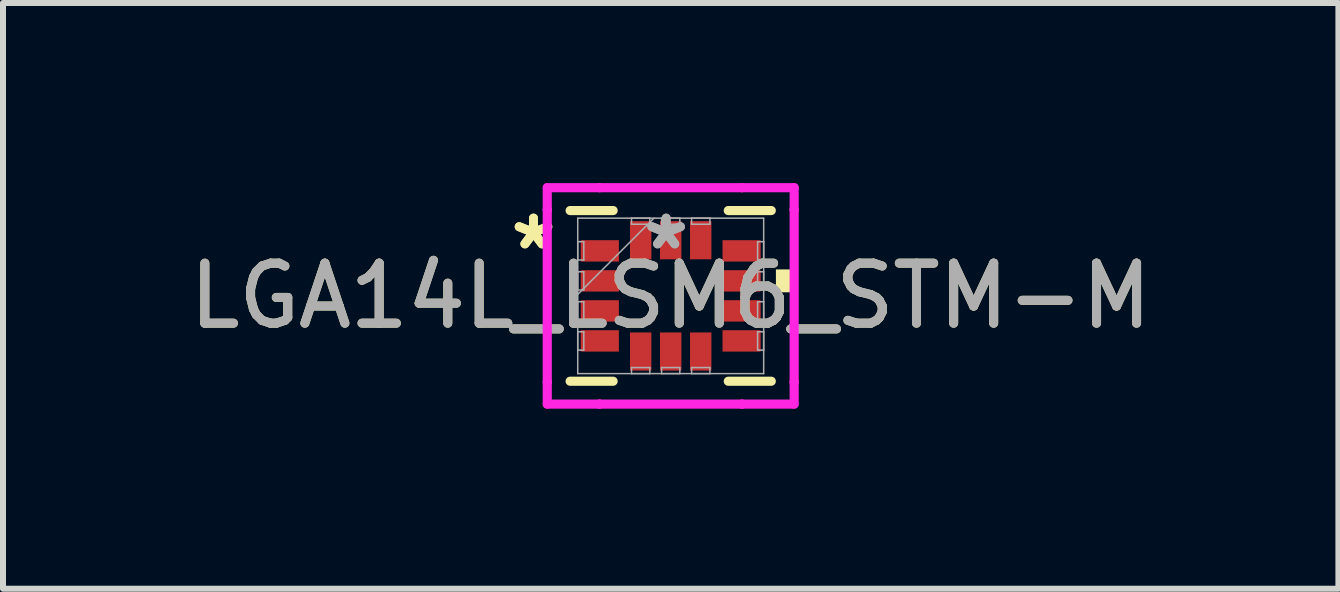
<source format=kicad_pcb>
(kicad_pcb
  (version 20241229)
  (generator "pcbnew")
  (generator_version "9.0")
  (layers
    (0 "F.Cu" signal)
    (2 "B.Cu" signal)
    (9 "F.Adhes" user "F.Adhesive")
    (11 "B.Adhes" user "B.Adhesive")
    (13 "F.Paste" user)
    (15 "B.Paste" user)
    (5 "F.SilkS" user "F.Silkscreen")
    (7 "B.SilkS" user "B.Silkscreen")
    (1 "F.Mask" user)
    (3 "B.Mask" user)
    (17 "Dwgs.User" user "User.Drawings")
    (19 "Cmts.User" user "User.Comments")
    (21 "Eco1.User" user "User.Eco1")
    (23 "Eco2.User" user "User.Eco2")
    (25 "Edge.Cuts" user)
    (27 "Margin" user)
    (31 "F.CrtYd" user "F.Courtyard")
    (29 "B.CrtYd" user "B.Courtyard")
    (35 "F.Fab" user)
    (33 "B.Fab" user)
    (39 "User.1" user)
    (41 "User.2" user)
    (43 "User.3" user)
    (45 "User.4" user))
  (footprint "LGA14L_LSM6_STM-M"
    (layer "F.Cu")
    (at 8.125 1.88)
    (property "Reference" "LGA14L_LSM6_STM-M" (at 0 0 0) (unlocked yes) (layer "F.SilkS") (effects (font (size 1 1) (thickness 0.15))))
    (attr smd)
    (fp_line (start -1.676 1.422) (end -0.959 1.422) (stroke (width 0.152) (type solid)) (layer "F.SilkS"))
    (fp_line (start -0.959 -1.422) (end -1.676 -1.422) (stroke (width 0.152) (type solid)) (layer "F.SilkS"))
    (fp_line (start 0.959 1.422) (end 1.676 1.422) (stroke (width 0.152) (type solid)) (layer "F.SilkS"))
    (fp_line (start 1.676 -1.422) (end 0.959 -1.422) (stroke (width 0.152) (type solid)) (layer "F.SilkS"))
    (fp_poly (pts (xy 2.007 -0.441) (xy 2.007 -0.06) (xy 1.753 -0.06) (xy 1.753 -0.441)) (stroke (width 0) (type solid)) (fill yes) (layer "F.SilkS"))
    (fp_line (start -2.057 -1.803) (end -1.186 -1.803) (stroke (width 0.152) (type solid)) (layer "F.CrtYd"))
    (fp_line (start -2.057 -1.436) (end -2.057 -1.803) (stroke (width 0.152) (type solid)) (layer "F.CrtYd"))
    (fp_line (start -2.057 -1.436) (end -2.057 -1.436) (stroke (width 0.152) (type solid)) (layer "F.CrtYd"))
    (fp_line (start -2.057 1.436) (end -2.057 -1.436) (stroke (width 0.152) (type solid)) (layer "F.CrtYd"))
    (fp_line (start -2.057 1.436) (end -2.057 1.436) (stroke (width 0.152) (type solid)) (layer "F.CrtYd"))
    (fp_line (start -2.057 1.803) (end -2.057 1.436) (stroke (width 0.152) (type solid)) (layer "F.CrtYd"))
    (fp_line (start -1.186 -1.803) (end -1.186 -1.803) (stroke (width 0.152) (type solid)) (layer "F.CrtYd"))
    (fp_line (start -1.186 -1.803) (end 1.186 -1.803) (stroke (width 0.152) (type solid)) (layer "F.CrtYd"))
    (fp_line (start -1.186 1.803) (end -2.057 1.803) (stroke (width 0.152) (type solid)) (layer "F.CrtYd"))
    (fp_line (start -1.186 1.803) (end -1.186 1.803) (stroke (width 0.152) (type solid)) (layer "F.CrtYd"))
    (fp_line (start 1.186 -1.803) (end 1.186 -1.803) (stroke (width 0.152) (type solid)) (layer "F.CrtYd"))
    (fp_line (start 1.186 -1.803) (end 2.057 -1.803) (stroke (width 0.152) (type solid)) (layer "F.CrtYd"))
    (fp_line (start 1.186 1.803) (end -1.186 1.803) (stroke (width 0.152) (type solid)) (layer "F.CrtYd"))
    (fp_line (start 1.186 1.803) (end 1.186 1.803) (stroke (width 0.152) (type solid)) (layer "F.CrtYd"))
    (fp_line (start 2.057 -1.803) (end 2.057 -1.436) (stroke (width 0.152) (type solid)) (layer "F.CrtYd"))
    (fp_line (start 2.057 -1.436) (end 2.057 -1.436) (stroke (width 0.152) (type solid)) (layer "F.CrtYd"))
    (fp_line (start 2.057 -1.436) (end 2.057 1.436) (stroke (width 0.152) (type solid)) (layer "F.CrtYd"))
    (fp_line (start 2.057 1.436) (end 2.057 1.436) (stroke (width 0.152) (type solid)) (layer "F.CrtYd"))
    (fp_line (start 2.057 1.436) (end 2.057 1.803) (stroke (width 0.152) (type solid)) (layer "F.CrtYd"))
    (fp_line (start 2.057 1.803) (end 1.186 1.803) (stroke (width 0.152) (type solid)) (layer "F.CrtYd"))
    (fp_line (start -1.549 -1.295) (end -1.549 1.295) (stroke (width 0.025) (type solid)) (layer "F.Fab"))
    (fp_line (start -1.549 -0.903) (end -1.448 -0.903) (stroke (width 0.025) (type solid)) (layer "F.Fab"))
    (fp_line (start -1.549 -0.598) (end -1.549 -0.903) (stroke (width 0.025) (type solid)) (layer "F.Fab"))
    (fp_line (start -1.549 -0.402) (end -1.448 -0.402) (stroke (width 0.025) (type solid)) (layer "F.Fab"))
    (fp_line (start -1.549 -0.098) (end -1.549 -0.402) (stroke (width 0.025) (type solid)) (layer "F.Fab"))
    (fp_line (start -1.549 -0.025) (end -0.279 -1.295) (stroke (width 0.025) (type solid)) (layer "F.Fab"))
    (fp_line (start -1.549 0.098) (end -1.448 0.098) (stroke (width 0.025) (type solid)) (layer "F.Fab"))
    (fp_line (start -1.549 0.402) (end -1.549 0.098) (stroke (width 0.025) (type solid)) (layer "F.Fab"))
    (fp_line (start -1.549 0.598) (end -1.448 0.598) (stroke (width 0.025) (type solid)) (layer "F.Fab"))
    (fp_line (start -1.549 0.903) (end -1.549 0.598) (stroke (width 0.025) (type solid)) (layer "F.Fab"))
    (fp_line (start -1.549 1.295) (end 1.549 1.295) (stroke (width 0.025) (type solid)) (layer "F.Fab"))
    (fp_line (start -1.448 -0.903) (end -1.448 -0.598) (stroke (width 0.025) (type solid)) (layer "F.Fab"))
    (fp_line (start -1.448 -0.598) (end -1.549 -0.598) (stroke (width 0.025) (type solid)) (layer "F.Fab"))
    (fp_line (start -1.448 -0.402) (end -1.448 -0.098) (stroke (width 0.025) (type solid)) (layer "F.Fab"))
    (fp_line (start -1.448 -0.098) (end -1.549 -0.098) (stroke (width 0.025) (type solid)) (layer "F.Fab"))
    (fp_line (start -1.448 0.098) (end -1.448 0.402) (stroke (width 0.025) (type solid)) (layer "F.Fab"))
    (fp_line (start -1.448 0.402) (end -1.549 0.402) (stroke (width 0.025) (type solid)) (layer "F.Fab"))
    (fp_line (start -1.448 0.598) (end -1.448 0.903) (stroke (width 0.025) (type solid)) (layer "F.Fab"))
    (fp_line (start -1.448 0.903) (end -1.549 0.903) (stroke (width 0.025) (type solid)) (layer "F.Fab"))
    (fp_line (start -0.653 -1.295) (end -0.348 -1.295) (stroke (width 0.025) (type solid)) (layer "F.Fab"))
    (fp_line (start -0.653 -1.194) (end -0.653 -1.295) (stroke (width 0.025) (type solid)) (layer "F.Fab"))
    (fp_line (start -0.653 1.194) (end -0.348 1.194) (stroke (width 0.025) (type solid)) (layer "F.Fab"))
    (fp_line (start -0.653 1.295) (end -0.653 1.194) (stroke (width 0.025) (type solid)) (layer "F.Fab"))
    (fp_line (start -0.348 -1.295) (end -0.348 -1.194) (stroke (width 0.025) (type solid)) (layer "F.Fab"))
    (fp_line (start -0.348 -1.194) (end -0.653 -1.194) (stroke (width 0.025) (type solid)) (layer "F.Fab"))
    (fp_line (start -0.348 1.194) (end -0.348 1.295) (stroke (width 0.025) (type solid)) (layer "F.Fab"))
    (fp_line (start -0.348 1.295) (end -0.653 1.295) (stroke (width 0.025) (type solid)) (layer "F.Fab"))
    (fp_line (start -0.152 -1.295) (end 0.152 -1.295) (stroke (width 0.025) (type solid)) (layer "F.Fab"))
    (fp_line (start -0.152 -1.194) (end -0.152 -1.295) (stroke (width 0.025) (type solid)) (layer "F.Fab"))
    (fp_line (start -0.152 1.194) (end 0.152 1.194) (stroke (width 0.025) (type solid)) (layer "F.Fab"))
    (fp_line (start -0.152 1.295) (end -0.152 1.194) (stroke (width 0.025) (type solid)) (layer "F.Fab"))
    (fp_line (start 0.152 -1.295) (end 0.152 -1.194) (stroke (width 0.025) (type solid)) (layer "F.Fab"))
    (fp_line (start 0.152 -1.194) (end -0.152 -1.194) (stroke (width 0.025) (type solid)) (layer "F.Fab"))
    (fp_line (start 0.152 1.194) (end 0.152 1.295) (stroke (width 0.025) (type solid)) (layer "F.Fab"))
    (fp_line (start 0.152 1.295) (end -0.152 1.295) (stroke (width 0.025) (type solid)) (layer "F.Fab"))
    (fp_line (start 0.348 -1.295) (end 0.653 -1.295) (stroke (width 0.025) (type solid)) (layer "F.Fab"))
    (fp_line (start 0.348 -1.194) (end 0.348 -1.295) (stroke (width 0.025) (type solid)) (layer "F.Fab"))
    (fp_line (start 0.348 1.194) (end 0.653 1.194) (stroke (width 0.025) (type solid)) (layer "F.Fab"))
    (fp_line (start 0.348 1.295) (end 0.348 1.194) (stroke (width 0.025) (type solid)) (layer "F.Fab"))
    (fp_line (start 0.653 -1.295) (end 0.653 -1.194) (stroke (width 0.025) (type solid)) (layer "F.Fab"))
    (fp_line (start 0.653 -1.194) (end 0.348 -1.194) (stroke (width 0.025) (type solid)) (layer "F.Fab"))
    (fp_line (start 0.653 1.194) (end 0.653 1.295) (stroke (width 0.025) (type solid)) (layer "F.Fab"))
    (fp_line (start 0.653 1.295) (end 0.348 1.295) (stroke (width 0.025) (type solid)) (layer "F.Fab"))
    (fp_line (start 1.448 -0.903) (end 1.549 -0.903) (stroke (width 0.025) (type solid)) (layer "F.Fab"))
    (fp_line (start 1.448 -0.598) (end 1.448 -0.903) (stroke (width 0.025) (type solid)) (layer "F.Fab"))
    (fp_line (start 1.448 -0.402) (end 1.549 -0.402) (stroke (width 0.025) (type solid)) (layer "F.Fab"))
    (fp_line (start 1.448 -0.098) (end 1.448 -0.402) (stroke (width 0.025) (type solid)) (layer "F.Fab"))
    (fp_line (start 1.448 0.098) (end 1.549 0.098) (stroke (width 0.025) (type solid)) (layer "F.Fab"))
    (fp_line (start 1.448 0.402) (end 1.448 0.098) (stroke (width 0.025) (type solid)) (layer "F.Fab"))
    (fp_line (start 1.448 0.598) (end 1.549 0.598) (stroke (width 0.025) (type solid)) (layer "F.Fab"))
    (fp_line (start 1.448 0.903) (end 1.448 0.598) (stroke (width 0.025) (type solid)) (layer "F.Fab"))
    (fp_line (start 1.549 -1.295) (end -1.549 -1.295) (stroke (width 0.025) (type solid)) (layer "F.Fab"))
    (fp_line (start 1.549 -0.903) (end 1.549 -0.598) (stroke (width 0.025) (type solid)) (layer "F.Fab"))
    (fp_line (start 1.549 -0.598) (end 1.448 -0.598) (stroke (width 0.025) (type solid)) (layer "F.Fab"))
    (fp_line (start 1.549 -0.402) (end 1.549 -0.098) (stroke (width 0.025) (type solid)) (layer "F.Fab"))
    (fp_line (start 1.549 -0.098) (end 1.448 -0.098) (stroke (width 0.025) (type solid)) (layer "F.Fab"))
    (fp_line (start 1.549 0.098) (end 1.549 0.402) (stroke (width 0.025) (type solid)) (layer "F.Fab"))
    (fp_line (start 1.549 0.402) (end 1.448 0.402) (stroke (width 0.025) (type solid)) (layer "F.Fab"))
    (fp_line (start 1.549 0.598) (end 1.549 0.903) (stroke (width 0.025) (type solid)) (layer "F.Fab"))
    (fp_line (start 1.549 0.903) (end 1.448 0.903) (stroke (width 0.025) (type solid)) (layer "F.Fab"))
    (fp_line (start 1.549 1.295) (end 1.549 -1.295) (stroke (width 0.025) (type solid)) (layer "F.Fab"))
    (fp_text user "*" (at -2.286 -0.75 0) (unlocked yes) (layer "F.SilkS") (effects (font (size 1 1) (thickness 0.15))))
    (fp_text user "*" (at -2.286 -0.75 0) (layer "F.SilkS") (effects (font (size 1 1) (thickness 0.15))))
    (fp_text user "*" (at -0.076 -0.75 0) (unlocked yes) (layer "F.Fab") (effects (font (size 1 1) (thickness 0.15))))
    (fp_text user "*" (at -0.076 -0.75 0) (layer "F.Fab") (effects (font (size 1 1) (thickness 0.15))))
    (fp_text user "${REFERENCE}" (at 0 0 0) (unlocked yes) (layer "F.Fab") (effects (font (size 1 1) (thickness 0.15))))
    (pad "1" smd rect (at -1.181 -0.75 90) (size 0.356 0.635) (layers "F.Cu" "F.Mask" "F.Paste"))
    (pad "2" smd rect (at -1.181 -0.25 90) (size 0.356 0.635) (layers "F.Cu" "F.Mask" "F.Paste"))
    (pad "3" smd rect (at -1.181 0.25 90) (size 0.356 0.635) (layers "F.Cu" "F.Mask" "F.Paste"))
    (pad "4" smd rect (at -1.181 0.75 90) (size 0.356 0.635) (layers "F.Cu" "F.Mask" "F.Paste"))
    (pad "5" smd rect (at -0.5 0.927) (size 0.356 0.635) (layers "F.Cu" "F.Mask" "F.Paste"))
    (pad "6" smd rect (at 0 0.927) (size 0.356 0.635) (layers "F.Cu" "F.Mask" "F.Paste"))
    (pad "7" smd rect (at 0.5 0.927) (size 0.356 0.635) (layers "F.Cu" "F.Mask" "F.Paste"))
    (pad "8" smd rect (at 1.181 0.75 90) (size 0.356 0.635) (layers "F.Cu" "F.Mask" "F.Paste"))
    (pad "9" smd rect (at 1.181 0.25 90) (size 0.356 0.635) (layers "F.Cu" "F.Mask" "F.Paste"))
    (pad "10" smd rect (at 1.181 -0.25 90) (size 0.356 0.635) (layers "F.Cu" "F.Mask" "F.Paste"))
    (pad "11" smd rect (at 1.181 -0.75 90) (size 0.356 0.635) (layers "F.Cu" "F.Mask" "F.Paste"))
    (pad "12" smd rect (at 0.5 -0.927) (size 0.356 0.635) (layers "F.Cu" "F.Mask" "F.Paste"))
    (pad "13" smd rect (at 0 -0.927) (size 0.356 0.635) (layers "F.Cu" "F.Mask" "F.Paste"))
    (pad "14" smd rect (at -0.5 -0.927) (size 0.356 0.635) (layers "F.Cu" "F.Mask" "F.Paste")))
  (gr_rect
    (start -3 -3)
    (end 19.25 6.759)
    (stroke (width 0.1) (type default))
    (fill no)
    (layer "Edge.Cuts")))
</source>
